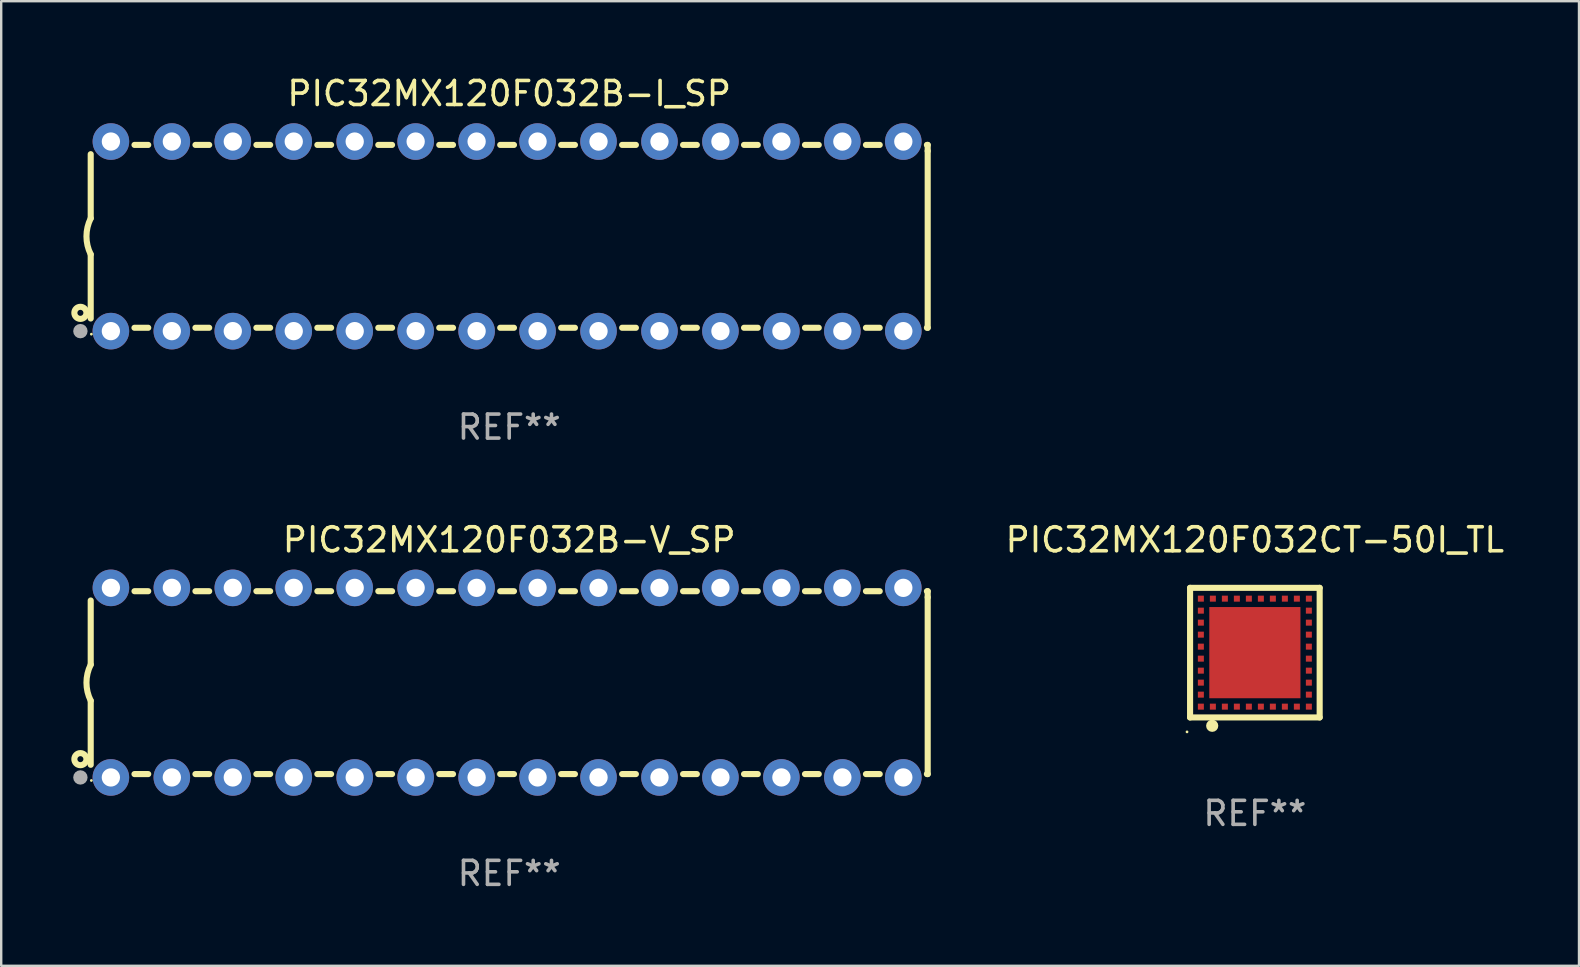
<source format=kicad_pcb>
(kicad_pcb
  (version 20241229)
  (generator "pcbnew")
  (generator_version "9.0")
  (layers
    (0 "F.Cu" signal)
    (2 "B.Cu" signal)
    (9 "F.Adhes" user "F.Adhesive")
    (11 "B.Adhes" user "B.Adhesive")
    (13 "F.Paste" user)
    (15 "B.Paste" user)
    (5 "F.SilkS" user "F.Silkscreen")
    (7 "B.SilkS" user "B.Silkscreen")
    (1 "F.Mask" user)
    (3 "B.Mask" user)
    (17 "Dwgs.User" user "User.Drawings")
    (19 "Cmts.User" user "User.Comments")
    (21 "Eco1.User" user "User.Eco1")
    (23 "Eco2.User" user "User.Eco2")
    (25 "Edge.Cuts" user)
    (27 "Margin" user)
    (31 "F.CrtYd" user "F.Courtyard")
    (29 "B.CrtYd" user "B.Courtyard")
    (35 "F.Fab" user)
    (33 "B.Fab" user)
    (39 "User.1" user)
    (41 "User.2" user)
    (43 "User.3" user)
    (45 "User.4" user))
  (footprint "PIC32MX120F032CT-50I_TL"
    (layer "F.Cu")
    (at 49.239 24.145)
    (property "Reference" "PIC32MX120F032CT-50I_TL" (at 0 -4.7 0) (layer "F.SilkS") (effects (font (size 1 1) (thickness 0.15))))
    (attr through_hole)
    (fp_line (start -2.7 -2.7) (end 2.7 -2.7) (stroke (width 0.254) (type solid)) (layer "F.SilkS"))
    (fp_line (start -2.7 2.7) (end -2.7 -2.7) (stroke (width 0.254) (type solid)) (layer "F.SilkS"))
    (fp_line (start 2.7 -2.7) (end 2.7 2.7) (stroke (width 0.254) (type solid)) (layer "F.SilkS"))
    (fp_line (start 2.7 2.7) (end -2.7 2.7) (stroke (width 0.254) (type solid)) (layer "F.SilkS"))
    (fp_circle (center -2.827 3.302) (end -2.797 3.302) (stroke (width 0.06) (type solid)) (fill no) (layer "F.SilkS"))
    (fp_circle (center -1.778 3.048) (end -1.651 3.048) (stroke (width 0.254) (type solid)) (fill no) (layer "F.SilkS"))
    (fp_text user "REF**" (at 0 6.7 0) (layer "F.Fab") (effects (font (size 1 1) (thickness 0.15))))
    (pad "1" smd rect (at -1.75 2.25) (size 0.25 0.25) (layers "F.Cu" "F.Mask" "F.Paste"))
    (pad "2" smd rect (at -1.25 2.25) (size 0.25 0.25) (layers "F.Cu" "F.Mask" "F.Paste"))
    (pad "3" smd rect (at -0.75 2.25) (size 0.25 0.25) (layers "F.Cu" "F.Mask" "F.Paste"))
    (pad "4" smd rect (at -0.25 2.25) (size 0.25 0.25) (layers "F.Cu" "F.Mask" "F.Paste"))
    (pad "5" smd rect (at 0.25 2.25) (size 0.25 0.25) (layers "F.Cu" "F.Mask" "F.Paste"))
    (pad "6" smd rect (at 0.75 2.25) (size 0.25 0.25) (layers "F.Cu" "F.Mask" "F.Paste"))
    (pad "7" smd rect (at 1.25 2.25) (size 0.25 0.25) (layers "F.Cu" "F.Mask" "F.Paste"))
    (pad "8" smd rect (at 1.75 2.25) (size 0.25 0.25) (layers "F.Cu" "F.Mask" "F.Paste"))
    (pad "9" smd rect (at 2.25 2.25) (size 0.25 0.25) (layers "F.Cu" "F.Mask" "F.Paste"))
    (pad "10" smd rect (at 2.25 1.75) (size 0.25 0.25) (layers "F.Cu" "F.Mask" "F.Paste"))
    (pad "11" smd rect (at 2.25 1.25) (size 0.25 0.25) (layers "F.Cu" "F.Mask" "F.Paste"))
    (pad "12" smd rect (at 2.25 0.75) (size 0.25 0.25) (layers "F.Cu" "F.Mask" "F.Paste"))
    (pad "13" smd rect (at 2.25 0.25) (size 0.25 0.25) (layers "F.Cu" "F.Mask" "F.Paste"))
    (pad "14" smd rect (at 2.25 -0.25) (size 0.25 0.25) (layers "F.Cu" "F.Mask" "F.Paste"))
    (pad "15" smd rect (at 2.25 -0.75) (size 0.25 0.25) (layers "F.Cu" "F.Mask" "F.Paste"))
    (pad "16" smd rect (at 2.25 -1.25) (size 0.25 0.25) (layers "F.Cu" "F.Mask" "F.Paste"))
    (pad "17" smd rect (at 2.25 -1.75) (size 0.25 0.25) (layers "F.Cu" "F.Mask" "F.Paste"))
    (pad "18" smd rect (at 2.25 -2.25) (size 0.25 0.25) (layers "F.Cu" "F.Mask" "F.Paste"))
    (pad "19" smd rect (at 1.75 -2.25) (size 0.25 0.25) (layers "F.Cu" "F.Mask" "F.Paste"))
    (pad "20" smd rect (at 1.25 -2.25) (size 0.25 0.25) (layers "F.Cu" "F.Mask" "F.Paste"))
    (pad "21" smd rect (at 0.75 -2.25) (size 0.25 0.25) (layers "F.Cu" "F.Mask" "F.Paste"))
    (pad "22" smd rect (at 0.25 -2.25) (size 0.25 0.25) (layers "F.Cu" "F.Mask" "F.Paste"))
    (pad "23" smd rect (at -0.25 -2.25) (size 0.25 0.25) (layers "F.Cu" "F.Mask" "F.Paste"))
    (pad "24" smd rect (at -0.75 -2.25) (size 0.25 0.25) (layers "F.Cu" "F.Mask" "F.Paste"))
    (pad "25" smd rect (at -1.25 -2.25) (size 0.25 0.25) (layers "F.Cu" "F.Mask" "F.Paste"))
    (pad "26" smd rect (at -1.75 -2.25) (size 0.25 0.25) (layers "F.Cu" "F.Mask" "F.Paste"))
    (pad "27" smd rect (at -2.25 -2.25) (size 0.25 0.25) (layers "F.Cu" "F.Mask" "F.Paste"))
    (pad "28" smd rect (at -2.25 -1.75) (size 0.25 0.25) (layers "F.Cu" "F.Mask" "F.Paste"))
    (pad "29" smd rect (at -2.25 -1.25) (size 0.25 0.25) (layers "F.Cu" "F.Mask" "F.Paste"))
    (pad "30" smd rect (at -2.25 -0.75) (size 0.25 0.25) (layers "F.Cu" "F.Mask" "F.Paste"))
    (pad "31" smd rect (at -2.25 -0.25) (size 0.25 0.25) (layers "F.Cu" "F.Mask" "F.Paste"))
    (pad "32" smd rect (at -2.25 0.25) (size 0.25 0.25) (layers "F.Cu" "F.Mask" "F.Paste"))
    (pad "33" smd rect (at -2.25 0.75) (size 0.25 0.25) (layers "F.Cu" "F.Mask" "F.Paste"))
    (pad "34" smd rect (at -2.25 1.25) (size 0.25 0.25) (layers "F.Cu" "F.Mask" "F.Paste"))
    (pad "35" smd rect (at -2.25 1.75) (size 0.25 0.25) (layers "F.Cu" "F.Mask" "F.Paste"))
    (pad "36" smd rect (at -2.25 2.25) (size 0.25 0.25) (layers "F.Cu" "F.Mask" "F.Paste"))
    (pad "37" smd rect (at 0.000127 -0.000076) (size 3.8 3.8) (layers "F.Cu" "F.Mask" "F.Paste")))
  (footprint "PIC32MX120F032B-I_SP"
    (layer "F.Cu")
    (at 18.168 6.798)
    (property "Reference" "PIC32MX120F032B-I_SP" (at 0 -5.95 0) (layer "F.SilkS") (effects (font (size 1 1) (thickness 0.15))))
    (attr through_hole)
    (fp_line (start -17.438 0.75) (end -17.438 3.423) (stroke (width 0.254) (type solid)) (layer "F.SilkS"))
    (fp_line (start -17.438 -3.423) (end -17.438 -0.75) (stroke (width 0.254) (type solid)) (layer "F.SilkS"))
    (fp_line (start -15.615 3.81) (end -15.041 3.81) (stroke (width 0.254) (type solid)) (layer "F.SilkS"))
    (fp_line (start -15.041 -3.81) (end -15.614 -3.81) (stroke (width 0.254) (type solid)) (layer "F.SilkS"))
    (fp_line (start -13.075 3.81) (end -12.501 3.81) (stroke (width 0.254) (type solid)) (layer "F.SilkS"))
    (fp_line (start -12.501 -3.81) (end -13.074 -3.81) (stroke (width 0.254) (type solid)) (layer "F.SilkS"))
    (fp_line (start -10.535 3.81) (end -9.961 3.81) (stroke (width 0.254) (type solid)) (layer "F.SilkS"))
    (fp_line (start -9.961 -3.81) (end -10.534 -3.81) (stroke (width 0.254) (type solid)) (layer "F.SilkS"))
    (fp_line (start -7.995 3.81) (end -7.421 3.81) (stroke (width 0.254) (type solid)) (layer "F.SilkS"))
    (fp_line (start -7.421 -3.81) (end -7.995 -3.81) (stroke (width 0.254) (type solid)) (layer "F.SilkS"))
    (fp_line (start -5.455 3.81) (end -4.881 3.81) (stroke (width 0.254) (type solid)) (layer "F.SilkS"))
    (fp_line (start -4.881 -3.81) (end -5.455 -3.81) (stroke (width 0.254) (type solid)) (layer "F.SilkS"))
    (fp_line (start -2.915 3.81) (end -2.341 3.81) (stroke (width 0.254) (type solid)) (layer "F.SilkS"))
    (fp_line (start -2.341 -3.81) (end -2.915 -3.81) (stroke (width 0.254) (type solid)) (layer "F.SilkS"))
    (fp_line (start -0.375 3.81) (end 0.199 3.81) (stroke (width 0.254) (type solid)) (layer "F.SilkS"))
    (fp_line (start 0.199 -3.81) (end -0.375 -3.81) (stroke (width 0.254) (type solid)) (layer "F.SilkS"))
    (fp_line (start 2.165 3.81) (end 2.739 3.81) (stroke (width 0.254) (type solid)) (layer "F.SilkS"))
    (fp_line (start 2.739 -3.81) (end 2.165 -3.81) (stroke (width 0.254) (type solid)) (layer "F.SilkS"))
    (fp_line (start 4.705 3.81) (end 5.279 3.81) (stroke (width 0.254) (type solid)) (layer "F.SilkS"))
    (fp_line (start 5.279 -3.81) (end 4.705 -3.81) (stroke (width 0.254) (type solid)) (layer "F.SilkS"))
    (fp_line (start 7.245 3.81) (end 7.819 3.81) (stroke (width 0.254) (type solid)) (layer "F.SilkS"))
    (fp_line (start 7.819 -3.81) (end 7.245 -3.81) (stroke (width 0.254) (type solid)) (layer "F.SilkS"))
    (fp_line (start 9.785 3.81) (end 10.359 3.81) (stroke (width 0.254) (type solid)) (layer "F.SilkS"))
    (fp_line (start 10.359 -3.81) (end 9.785 -3.81) (stroke (width 0.254) (type solid)) (layer "F.SilkS"))
    (fp_line (start 12.325 3.81) (end 12.899 3.81) (stroke (width 0.254) (type solid)) (layer "F.SilkS"))
    (fp_line (start 12.899 -3.81) (end 12.325 -3.81) (stroke (width 0.254) (type solid)) (layer "F.SilkS"))
    (fp_line (start 14.865 3.81) (end 15.439 3.81) (stroke (width 0.254) (type solid)) (layer "F.SilkS"))
    (fp_line (start 15.439 -3.81) (end 14.865 -3.81) (stroke (width 0.254) (type solid)) (layer "F.SilkS"))
    (fp_line (start 17.405 3.81) (end 17.438 3.81) (stroke (width 0.254) (type solid)) (layer "F.SilkS"))
    (fp_line (start 17.438 -3.81) (end 17.405 -3.81) (stroke (width 0.254) (type solid)) (layer "F.SilkS"))
    (fp_line (start 17.438 -3.556) (end 17.438 -3.81) (stroke (width 0.254) (type solid)) (layer "F.SilkS"))
    (fp_line (start 17.438 3.81) (end 17.438 -3.556) (stroke (width 0.254) (type solid)) (layer "F.SilkS"))
    (fp_arc (start -17.437986 0.749657) (mid -17.614887 -0.000024) (end -17.437783 -0.749657) (stroke (width 0.254001) (type solid)) (layer "F.SilkS"))
    (fp_circle (center -17.868 3.188) (end -17.743 3.188) (stroke (width 0.254) (type solid)) (fill no) (layer "F.SilkS"))
    (fp_circle (center -17.411 4.077) (end -17.381 4.077) (stroke (width 0.06) (type solid)) (fill no) (layer "F.SilkS"))
    (fp_circle (center -17.868 3.95) (end -17.718 3.95) (stroke (width 0.3) (type solid)) (fill no) (layer "F.Fab"))
    (fp_text user "REF**" (at 0 7.95 0) (layer "F.Fab") (effects (font (size 1 1) (thickness 0.15))))
    (pad "1" thru_hole circle (at -16.598 3.95) (size 1.524 1.524) (drill 0.762) (layers "*.Cu" "*.Mask"))
    (pad "2" thru_hole circle (at -14.058 3.95) (size 1.524 1.524) (drill 0.762) (layers "*.Cu" "*.Mask"))
    (pad "3" thru_hole circle (at -11.518 3.95) (size 1.524 1.524) (drill 0.762) (layers "*.Cu" "*.Mask"))
    (pad "4" thru_hole circle (at -8.978 3.95) (size 1.524 1.524) (drill 0.762) (layers "*.Cu" "*.Mask"))
    (pad "5" thru_hole circle (at -6.438 3.95) (size 1.524 1.524) (drill 0.762) (layers "*.Cu" "*.Mask"))
    (pad "6" thru_hole circle (at -3.898 3.95) (size 1.524 1.524) (drill 0.762) (layers "*.Cu" "*.Mask"))
    (pad "7" thru_hole circle (at -1.358 3.95) (size 1.524 1.524) (drill 0.762) (layers "*.Cu" "*.Mask"))
    (pad "8" thru_hole circle (at 1.182 3.95) (size 1.524 1.524) (drill 0.762) (layers "*.Cu" "*.Mask"))
    (pad "9" thru_hole circle (at 3.722 3.95) (size 1.524 1.524) (drill 0.762) (layers "*.Cu" "*.Mask"))
    (pad "10" thru_hole circle (at 6.262 3.95) (size 1.524 1.524) (drill 0.762) (layers "*.Cu" "*.Mask"))
    (pad "11" thru_hole circle (at 8.802 3.95) (size 1.524 1.524) (drill 0.762) (layers "*.Cu" "*.Mask"))
    (pad "12" thru_hole circle (at 11.342 3.95) (size 1.524 1.524) (drill 0.762) (layers "*.Cu" "*.Mask"))
    (pad "13" thru_hole circle (at 13.882 3.95) (size 1.524 1.524) (drill 0.762) (layers "*.Cu" "*.Mask"))
    (pad "14" thru_hole circle (at 16.422 3.95) (size 1.524 1.524) (drill 0.762) (layers "*.Cu" "*.Mask"))
    (pad "15" thru_hole circle (at 16.422 -3.95) (size 1.524 1.524) (drill 0.762) (layers "*.Cu" "*.Mask"))
    (pad "16" thru_hole circle (at 13.882 -3.95) (size 1.524 1.524) (drill 0.762) (layers "*.Cu" "*.Mask"))
    (pad "17" thru_hole circle (at 11.342 -3.95) (size 1.524 1.524) (drill 0.762) (layers "*.Cu" "*.Mask"))
    (pad "18" thru_hole circle (at 8.802 -3.95) (size 1.524 1.524) (drill 0.762) (layers "*.Cu" "*.Mask"))
    (pad "19" thru_hole circle (at 6.262 -3.95) (size 1.524 1.524) (drill 0.762) (layers "*.Cu" "*.Mask"))
    (pad "20" thru_hole circle (at 3.722 -3.95) (size 1.524 1.524) (drill 0.762) (layers "*.Cu" "*.Mask"))
    (pad "21" thru_hole circle (at 1.182 -3.95) (size 1.524 1.524) (drill 0.762) (layers "*.Cu" "*.Mask"))
    (pad "22" thru_hole circle (at -1.358 -3.95) (size 1.524 1.524) (drill 0.762) (layers "*.Cu" "*.Mask"))
    (pad "23" thru_hole circle (at -3.898 -3.95) (size 1.524 1.524) (drill 0.762) (layers "*.Cu" "*.Mask"))
    (pad "24" thru_hole circle (at -6.438 -3.95) (size 1.524 1.524) (drill 0.762) (layers "*.Cu" "*.Mask"))
    (pad "25" thru_hole circle (at -8.978 -3.95) (size 1.524 1.524) (drill 0.762) (layers "*.Cu" "*.Mask"))
    (pad "26" thru_hole circle (at -11.517 -3.95) (size 1.524 1.524) (drill 0.762) (layers "*.Cu" "*.Mask"))
    (pad "27" thru_hole circle (at -14.057 -3.95) (size 1.524 1.524) (drill 0.762) (layers "*.Cu" "*.Mask"))
    (pad "28" thru_hole circle (at -16.597 -3.95) (size 1.524 1.524) (drill 0.762) (layers "*.Cu" "*.Mask")))
  (footprint "PIC32MX120F032B-V_SP"
    (layer "F.Cu")
    (at 18.168 25.395)
    (property "Reference" "PIC32MX120F032B-V_SP" (at 0 -5.95 0) (layer "F.SilkS") (effects (font (size 1 1) (thickness 0.15))))
    (attr through_hole)
    (fp_line (start -17.438 0.75) (end -17.438 3.423) (stroke (width 0.254) (type solid)) (layer "F.SilkS"))
    (fp_line (start -17.438 -3.423) (end -17.438 -0.75) (stroke (width 0.254) (type solid)) (layer "F.SilkS"))
    (fp_line (start -15.615 3.81) (end -15.041 3.81) (stroke (width 0.254) (type solid)) (layer "F.SilkS"))
    (fp_line (start -15.041 -3.81) (end -15.614 -3.81) (stroke (width 0.254) (type solid)) (layer "F.SilkS"))
    (fp_line (start -13.075 3.81) (end -12.501 3.81) (stroke (width 0.254) (type solid)) (layer "F.SilkS"))
    (fp_line (start -12.501 -3.81) (end -13.074 -3.81) (stroke (width 0.254) (type solid)) (layer "F.SilkS"))
    (fp_line (start -10.535 3.81) (end -9.961 3.81) (stroke (width 0.254) (type solid)) (layer "F.SilkS"))
    (fp_line (start -9.961 -3.81) (end -10.534 -3.81) (stroke (width 0.254) (type solid)) (layer "F.SilkS"))
    (fp_line (start -7.995 3.81) (end -7.421 3.81) (stroke (width 0.254) (type solid)) (layer "F.SilkS"))
    (fp_line (start -7.421 -3.81) (end -7.995 -3.81) (stroke (width 0.254) (type solid)) (layer "F.SilkS"))
    (fp_line (start -5.455 3.81) (end -4.881 3.81) (stroke (width 0.254) (type solid)) (layer "F.SilkS"))
    (fp_line (start -4.881 -3.81) (end -5.455 -3.81) (stroke (width 0.254) (type solid)) (layer "F.SilkS"))
    (fp_line (start -2.915 3.81) (end -2.341 3.81) (stroke (width 0.254) (type solid)) (layer "F.SilkS"))
    (fp_line (start -2.341 -3.81) (end -2.915 -3.81) (stroke (width 0.254) (type solid)) (layer "F.SilkS"))
    (fp_line (start -0.375 3.81) (end 0.199 3.81) (stroke (width 0.254) (type solid)) (layer "F.SilkS"))
    (fp_line (start 0.199 -3.81) (end -0.375 -3.81) (stroke (width 0.254) (type solid)) (layer "F.SilkS"))
    (fp_line (start 2.165 3.81) (end 2.739 3.81) (stroke (width 0.254) (type solid)) (layer "F.SilkS"))
    (fp_line (start 2.739 -3.81) (end 2.165 -3.81) (stroke (width 0.254) (type solid)) (layer "F.SilkS"))
    (fp_line (start 4.705 3.81) (end 5.279 3.81) (stroke (width 0.254) (type solid)) (layer "F.SilkS"))
    (fp_line (start 5.279 -3.81) (end 4.705 -3.81) (stroke (width 0.254) (type solid)) (layer "F.SilkS"))
    (fp_line (start 7.245 3.81) (end 7.819 3.81) (stroke (width 0.254) (type solid)) (layer "F.SilkS"))
    (fp_line (start 7.819 -3.81) (end 7.245 -3.81) (stroke (width 0.254) (type solid)) (layer "F.SilkS"))
    (fp_line (start 9.785 3.81) (end 10.359 3.81) (stroke (width 0.254) (type solid)) (layer "F.SilkS"))
    (fp_line (start 10.359 -3.81) (end 9.785 -3.81) (stroke (width 0.254) (type solid)) (layer "F.SilkS"))
    (fp_line (start 12.325 3.81) (end 12.899 3.81) (stroke (width 0.254) (type solid)) (layer "F.SilkS"))
    (fp_line (start 12.899 -3.81) (end 12.325 -3.81) (stroke (width 0.254) (type solid)) (layer "F.SilkS"))
    (fp_line (start 14.865 3.81) (end 15.439 3.81) (stroke (width 0.254) (type solid)) (layer "F.SilkS"))
    (fp_line (start 15.439 -3.81) (end 14.865 -3.81) (stroke (width 0.254) (type solid)) (layer "F.SilkS"))
    (fp_line (start 17.405 3.81) (end 17.438 3.81) (stroke (width 0.254) (type solid)) (layer "F.SilkS"))
    (fp_line (start 17.438 -3.81) (end 17.405 -3.81) (stroke (width 0.254) (type solid)) (layer "F.SilkS"))
    (fp_line (start 17.438 -3.556) (end 17.438 -3.81) (stroke (width 0.254) (type solid)) (layer "F.SilkS"))
    (fp_line (start 17.438 3.81) (end 17.438 -3.556) (stroke (width 0.254) (type solid)) (layer "F.SilkS"))
    (fp_arc (start -17.437986 0.749657) (mid -17.614887 -0.000024) (end -17.437783 -0.749657) (stroke (width 0.254001) (type solid)) (layer "F.SilkS"))
    (fp_circle (center -17.868 3.188) (end -17.743 3.188) (stroke (width 0.254) (type solid)) (fill no) (layer "F.SilkS"))
    (fp_circle (center -17.411 4.077) (end -17.381 4.077) (stroke (width 0.06) (type solid)) (fill no) (layer "F.SilkS"))
    (fp_circle (center -17.868 3.95) (end -17.718 3.95) (stroke (width 0.3) (type solid)) (fill no) (layer "F.Fab"))
    (fp_text user "REF**" (at 0 7.95 0) (layer "F.Fab") (effects (font (size 1 1) (thickness 0.15))))
    (pad "1" thru_hole circle (at -16.598 3.95) (size 1.524 1.524) (drill 0.762) (layers "*.Cu" "*.Mask"))
    (pad "2" thru_hole circle (at -14.058 3.95) (size 1.524 1.524) (drill 0.762) (layers "*.Cu" "*.Mask"))
    (pad "3" thru_hole circle (at -11.518 3.95) (size 1.524 1.524) (drill 0.762) (layers "*.Cu" "*.Mask"))
    (pad "4" thru_hole circle (at -8.978 3.95) (size 1.524 1.524) (drill 0.762) (layers "*.Cu" "*.Mask"))
    (pad "5" thru_hole circle (at -6.438 3.95) (size 1.524 1.524) (drill 0.762) (layers "*.Cu" "*.Mask"))
    (pad "6" thru_hole circle (at -3.898 3.95) (size 1.524 1.524) (drill 0.762) (layers "*.Cu" "*.Mask"))
    (pad "7" thru_hole circle (at -1.358 3.95) (size 1.524 1.524) (drill 0.762) (layers "*.Cu" "*.Mask"))
    (pad "8" thru_hole circle (at 1.182 3.95) (size 1.524 1.524) (drill 0.762) (layers "*.Cu" "*.Mask"))
    (pad "9" thru_hole circle (at 3.722 3.95) (size 1.524 1.524) (drill 0.762) (layers "*.Cu" "*.Mask"))
    (pad "10" thru_hole circle (at 6.262 3.95) (size 1.524 1.524) (drill 0.762) (layers "*.Cu" "*.Mask"))
    (pad "11" thru_hole circle (at 8.802 3.95) (size 1.524 1.524) (drill 0.762) (layers "*.Cu" "*.Mask"))
    (pad "12" thru_hole circle (at 11.342 3.95) (size 1.524 1.524) (drill 0.762) (layers "*.Cu" "*.Mask"))
    (pad "13" thru_hole circle (at 13.882 3.95) (size 1.524 1.524) (drill 0.762) (layers "*.Cu" "*.Mask"))
    (pad "14" thru_hole circle (at 16.422 3.95) (size 1.524 1.524) (drill 0.762) (layers "*.Cu" "*.Mask"))
    (pad "15" thru_hole circle (at 16.422 -3.95) (size 1.524 1.524) (drill 0.762) (layers "*.Cu" "*.Mask"))
    (pad "16" thru_hole circle (at 13.882 -3.95) (size 1.524 1.524) (drill 0.762) (layers "*.Cu" "*.Mask"))
    (pad "17" thru_hole circle (at 11.342 -3.95) (size 1.524 1.524) (drill 0.762) (layers "*.Cu" "*.Mask"))
    (pad "18" thru_hole circle (at 8.802 -3.95) (size 1.524 1.524) (drill 0.762) (layers "*.Cu" "*.Mask"))
    (pad "19" thru_hole circle (at 6.262 -3.95) (size 1.524 1.524) (drill 0.762) (layers "*.Cu" "*.Mask"))
    (pad "20" thru_hole circle (at 3.722 -3.95) (size 1.524 1.524) (drill 0.762) (layers "*.Cu" "*.Mask"))
    (pad "21" thru_hole circle (at 1.182 -3.95) (size 1.524 1.524) (drill 0.762) (layers "*.Cu" "*.Mask"))
    (pad "22" thru_hole circle (at -1.358 -3.95) (size 1.524 1.524) (drill 0.762) (layers "*.Cu" "*.Mask"))
    (pad "23" thru_hole circle (at -3.898 -3.95) (size 1.524 1.524) (drill 0.762) (layers "*.Cu" "*.Mask"))
    (pad "24" thru_hole circle (at -6.438 -3.95) (size 1.524 1.524) (drill 0.762) (layers "*.Cu" "*.Mask"))
    (pad "25" thru_hole circle (at -8.978 -3.95) (size 1.524 1.524) (drill 0.762) (layers "*.Cu" "*.Mask"))
    (pad "26" thru_hole circle (at -11.517 -3.95) (size 1.524 1.524) (drill 0.762) (layers "*.Cu" "*.Mask"))
    (pad "27" thru_hole circle (at -14.057 -3.95) (size 1.524 1.524) (drill 0.762) (layers "*.Cu" "*.Mask"))
    (pad "28" thru_hole circle (at -16.597 -3.95) (size 1.524 1.524) (drill 0.762) (layers "*.Cu" "*.Mask")))
  (gr_rect
    (start -3 -3)
    (end 62.745 37.193)
    (stroke (width 0.1) (type default))
    (fill no)
    (layer "Edge.Cuts")))
</source>
